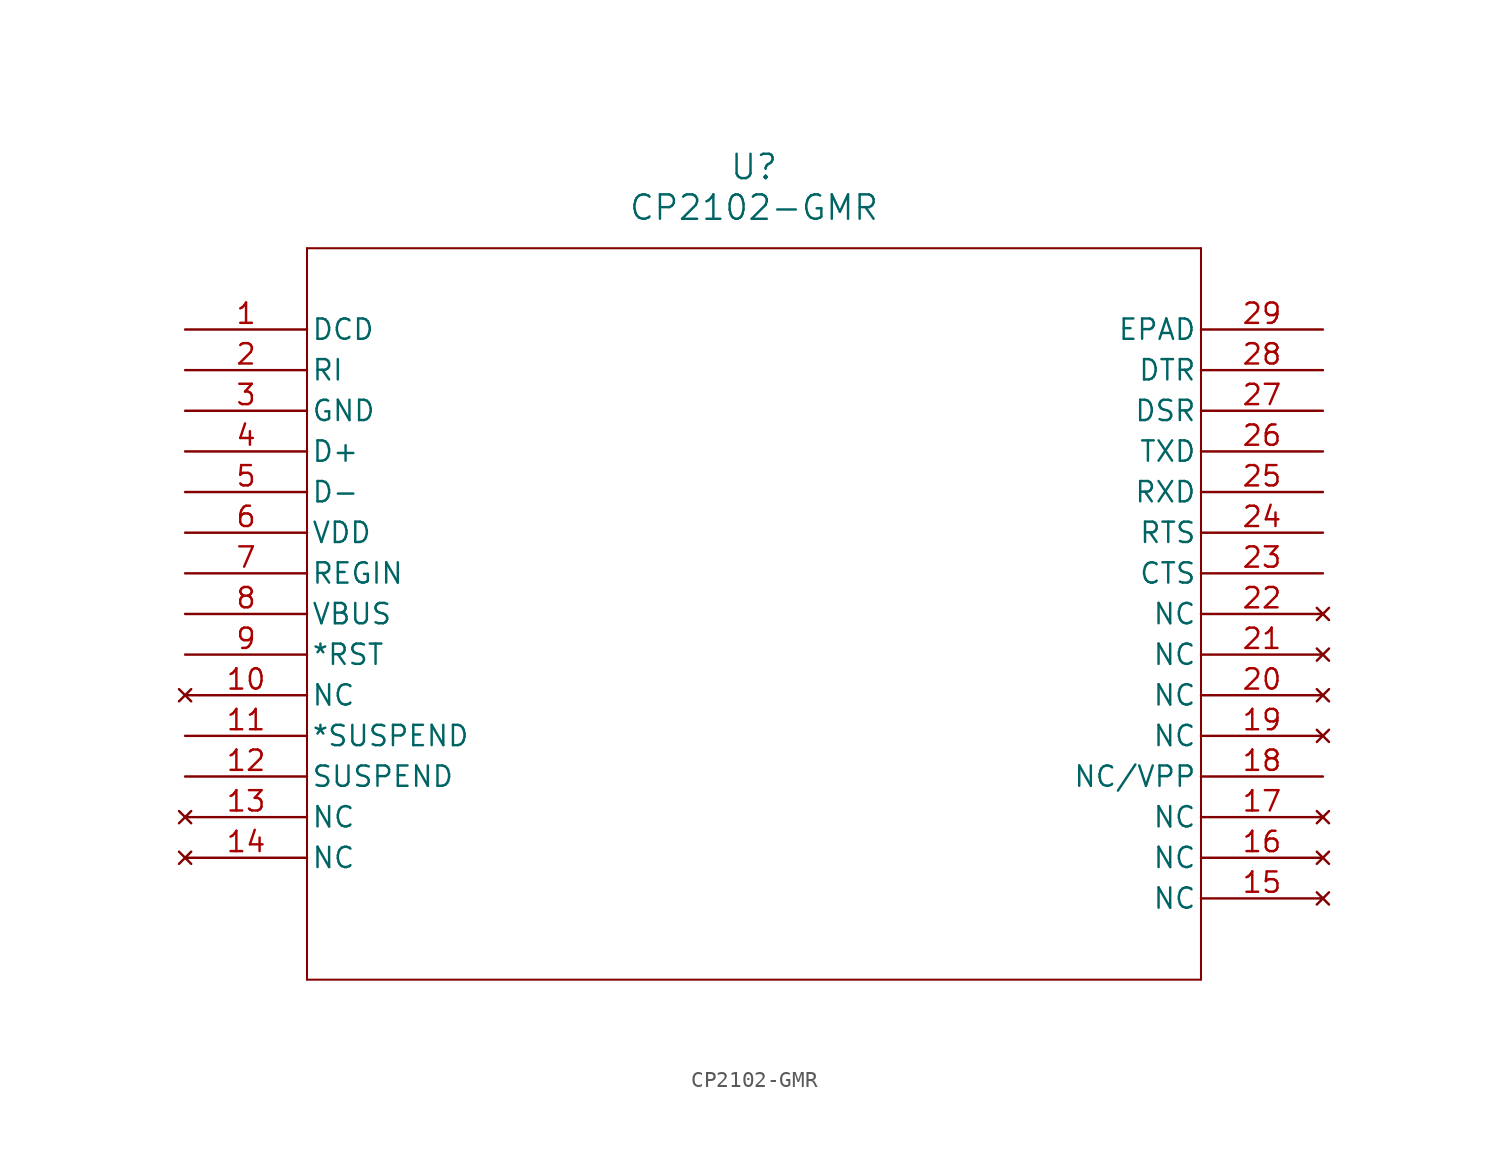
<source format=kicad_sym>
(kicad_symbol_lib
  (version 20211014)
  (generator kicad_symbol_editor)
  (symbol "CP2102-GMR"
    (pin_names
      (offset 0.254))
    (property "Reference" "U"
      (at 35.56 10.16 0)
      (effects (font (size 1.524 1.524))))
    (property "Value" "CP2102-GMR"
      (at 35.56 7.62 0)
      (effects (font (size 1.524 1.524))))
    (symbol "CP2102-GMR_0_1"
      (polyline (pts (xy 7.62 5.08) (xy 7.62 -40.64)) (stroke (width 0.127) (type default) (color 0 0 0 0)) (fill (type none)))
      (polyline (pts (xy 7.62 -40.64) (xy 63.5 -40.64)) (stroke (width 0.127) (type default) (color 0 0 0 0)) (fill (type none)))
      (polyline (pts (xy 63.5 -40.64) (xy 63.5 5.08)) (stroke (width 0.127) (type default) (color 0 0 0 0)) (fill (type none)))
      (polyline (pts (xy 63.5 5.08) (xy 7.62 5.08)) (stroke (width 0.127) (type default) (color 0 0 0 0)) (fill (type none)))
      (pin input line (at 0 0 0) (length 7.62) (name "DCD" (effects (font (size 1.27 1.27)))) (number "1" (effects (font (size 1.27 1.27)))))
      (pin input line (at 0 -2.54 0) (length 7.62) (name "RI" (effects (font (size 1.27 1.27)))) (number "2" (effects (font (size 1.27 1.27)))))
      (pin power_in line (at 0 -5.08 0) (length 7.62) (name "GND" (effects (font (size 1.27 1.27)))) (number "3" (effects (font (size 1.27 1.27)))))
      (pin bidirectional line (at 0 -7.62 0) (length 7.62) (name "D+" (effects (font (size 1.27 1.27)))) (number "4" (effects (font (size 1.27 1.27)))))
      (pin bidirectional line (at 0 -10.16 0) (length 7.62) (name "D-" (effects (font (size 1.27 1.27)))) (number "5" (effects (font (size 1.27 1.27)))))
      (pin power_in line (at 0 -12.7 0) (length 7.62) (name "VDD" (effects (font (size 1.27 1.27)))) (number "6" (effects (font (size 1.27 1.27)))))
      (pin input line (at 0 -15.24 0) (length 7.62) (name "REGIN" (effects (font (size 1.27 1.27)))) (number "7" (effects (font (size 1.27 1.27)))))
      (pin input line (at 0 -17.78 0) (length 7.62) (name "VBUS" (effects (font (size 1.27 1.27)))) (number "8" (effects (font (size 1.27 1.27)))))
      (pin bidirectional line (at 0 -20.32 0) (length 7.62) (name "*RST" (effects (font (size 1.27 1.27)))) (number "9" (effects (font (size 1.27 1.27)))))
      (pin no_connect line (at 0 -22.86 0) (length 7.62) (name "NC" (effects (font (size 1.27 1.27)))) (number "10" (effects (font (size 1.27 1.27)))))
      (pin output line (at 0 -25.4 0) (length 7.62) (name "*SUSPEND" (effects (font (size 1.27 1.27)))) (number "11" (effects (font (size 1.27 1.27)))))
      (pin output line (at 0 -27.94 0) (length 7.62) (name "SUSPEND" (effects (font (size 1.27 1.27)))) (number "12" (effects (font (size 1.27 1.27)))))
      (pin no_connect line (at 0 -30.48 0) (length 7.62) (name "NC" (effects (font (size 1.27 1.27)))) (number "13" (effects (font (size 1.27 1.27)))))
      (pin no_connect line (at 0 -33.02 0) (length 7.62) (name "NC" (effects (font (size 1.27 1.27)))) (number "14" (effects (font (size 1.27 1.27)))))
      (pin no_connect line (at 71.12 -35.56 180) (length 7.62) (name "NC" (effects (font (size 1.27 1.27)))) (number "15" (effects (font (size 1.27 1.27)))))
      (pin no_connect line (at 71.12 -33.02 180) (length 7.62) (name "NC" (effects (font (size 1.27 1.27)))) (number "16" (effects (font (size 1.27 1.27)))))
      (pin no_connect line (at 71.12 -30.48 180) (length 7.62) (name "NC" (effects (font (size 1.27 1.27)))) (number "17" (effects (font (size 1.27 1.27)))))
      (pin bidirectional line (at 71.12 -27.94 180) (length 7.62) (name "NC/VPP" (effects (font (size 1.27 1.27)))) (number "18" (effects (font (size 1.27 1.27)))))
      (pin no_connect line (at 71.12 -25.4 180) (length 7.62) (name "NC" (effects (font (size 1.27 1.27)))) (number "19" (effects (font (size 1.27 1.27)))))
      (pin no_connect line (at 71.12 -22.86 180) (length 7.62) (name "NC" (effects (font (size 1.27 1.27)))) (number "20" (effects (font (size 1.27 1.27)))))
      (pin no_connect line (at 71.12 -20.32 180) (length 7.62) (name "NC" (effects (font (size 1.27 1.27)))) (number "21" (effects (font (size 1.27 1.27)))))
      (pin no_connect line (at 71.12 -17.78 180) (length 7.62) (name "NC" (effects (font (size 1.27 1.27)))) (number "22" (effects (font (size 1.27 1.27)))))
      (pin input line (at 71.12 -15.24 180) (length 7.62) (name "CTS" (effects (font (size 1.27 1.27)))) (number "23" (effects (font (size 1.27 1.27)))))
      (pin output line (at 71.12 -12.7 180) (length 7.62) (name "RTS" (effects (font (size 1.27 1.27)))) (number "24" (effects (font (size 1.27 1.27)))))
      (pin input line (at 71.12 -10.16 180) (length 7.62) (name "RXD" (effects (font (size 1.27 1.27)))) (number "25" (effects (font (size 1.27 1.27)))))
      (pin output line (at 71.12 -7.62 180) (length 7.62) (name "TXD" (effects (font (size 1.27 1.27)))) (number "26" (effects (font (size 1.27 1.27)))))
      (pin input line (at 71.12 -5.08 180) (length 7.62) (name "DSR" (effects (font (size 1.27 1.27)))) (number "27" (effects (font (size 1.27 1.27)))))
      (pin output line (at 71.12 -2.54 180) (length 7.62) (name "DTR" (effects (font (size 1.27 1.27)))) (number "28" (effects (font (size 1.27 1.27)))))
      (pin unspecified line (at 71.12 0 180) (length 7.62) (name "EPAD" (effects (font (size 1.27 1.27)))) (number "29" (effects (font (size 1.27 1.27))))))))
</source>
